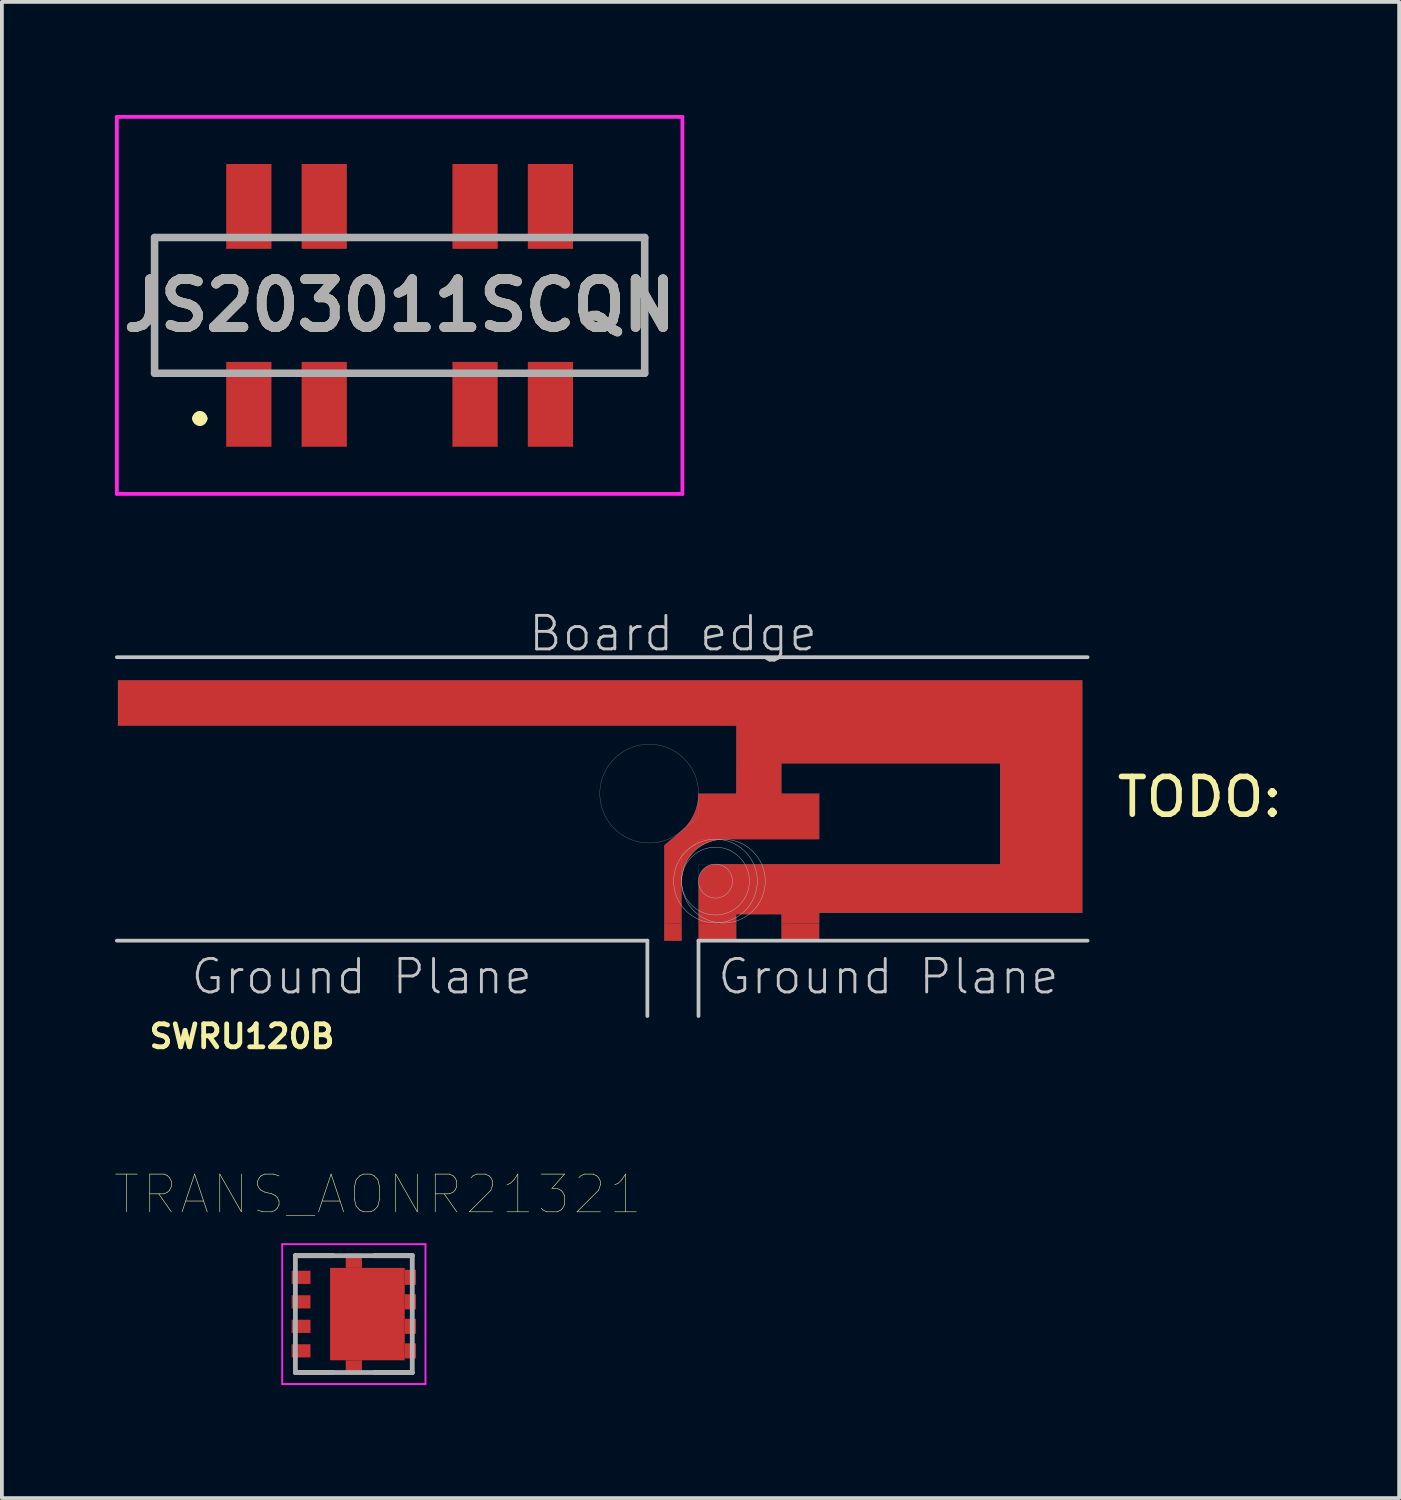
<source format=kicad_pcb>
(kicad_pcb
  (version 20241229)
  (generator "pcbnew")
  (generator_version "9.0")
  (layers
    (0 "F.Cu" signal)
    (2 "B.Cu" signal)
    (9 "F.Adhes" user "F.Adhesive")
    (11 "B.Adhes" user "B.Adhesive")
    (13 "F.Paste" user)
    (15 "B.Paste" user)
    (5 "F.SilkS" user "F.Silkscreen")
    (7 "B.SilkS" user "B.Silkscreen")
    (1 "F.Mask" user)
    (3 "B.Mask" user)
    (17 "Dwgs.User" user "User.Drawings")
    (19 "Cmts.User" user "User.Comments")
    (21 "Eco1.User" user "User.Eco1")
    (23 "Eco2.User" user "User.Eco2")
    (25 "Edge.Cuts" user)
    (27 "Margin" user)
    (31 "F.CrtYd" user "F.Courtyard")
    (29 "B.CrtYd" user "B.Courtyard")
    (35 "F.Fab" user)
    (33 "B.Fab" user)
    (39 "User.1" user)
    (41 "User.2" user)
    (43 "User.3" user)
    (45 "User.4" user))
  (footprint "SWRU120B"
    (layer "F.Cu")
    (at 11.05 21.9)
    (property "Reference" "SWRU120B" (at -7.681 2.54 0) (layer "F.SilkS") (effects (font (size 0.61 0.61) (thickness 0.127))))
    (attr smd)
    (fp_poly (pts (xy -10.97 -5.7) (xy 5.431 -5.7) (xy 5.428 -3.899) (xy 4.427 -3.899) (xy 4.422 -3.767) (xy 4.407 -3.66) (xy 4.387 -3.57) (xy 4.354 -3.462) (xy 4.315 -3.368) (xy 4.239 -3.22) (xy 4.179 -3.13) (xy 4.099 -3.03) (xy 3.999 -2.93) (xy 3.879 -2.83) (xy 3.52 -2.53) (xy 3.52 -0.452) (xy 3.978 -0.455) (xy 3.978 -1.58) (xy 3.999 -1.8) (xy 4.039 -1.94) (xy 4.079 -2.04) (xy 4.119 -2.12) (xy 4.169 -2.2) (xy 4.269 -2.33) (xy 4.329 -2.39) (xy 4.429 -2.47) (xy 4.589 -2.57) (xy 4.739 -2.63) (xy 4.839 -2.66) (xy 4.959 -2.68) (xy 5.069 -2.69) (xy 5.098 -2.69) (xy 7.628 -2.69) (xy 7.628 -3.899) (xy 6.627 -3.899) (xy 6.627 -4.699) (xy 12.428 -4.699) (xy 12.428 -2.029) (xy 4.877 -2.029) (xy 4.779 -2.02) (xy 4.669 -1.98) (xy 4.609 -1.94) (xy 4.549 -1.89) (xy 4.509 -1.84) (xy 4.469 -1.77) (xy 4.439 -1.68) (xy 4.427 -1.58) (xy 4.427 -0.453) (xy 5.428 -0.451) (xy 5.428 -0.699) (xy 6.627 -0.699) (xy 6.627 -0.453) (xy 7.628 -0.456) (xy 7.628 -0.739) (xy 14.608 -0.739) (xy 14.608 -6.909) (xy -10.97 -6.909)) (stroke (width 0) (type solid)) (fill yes) (layer "F.Cu"))
    (fp_line (start -10.97 -6.909) (end -10.97 -5.7) (stroke (width 0.003) (type solid)) (layer "Dwgs.User"))
    (fp_line (start -10.97 -5.7) (end 5.428 -5.7) (stroke (width 0.003) (type solid)) (layer "Dwgs.User"))
    (fp_line (start 3.071 0) (end -11.001 0) (stroke (width 0.099) (type solid)) (layer "Dwgs.User"))
    (fp_line (start 3.071 0) (end 3.071 1.999) (stroke (width 0.099) (type solid)) (layer "Dwgs.User"))
    (fp_line (start 3.52 -2.53) (end 3.52 0) (stroke (width 0.003) (type solid)) (layer "Dwgs.User"))
    (fp_line (start 3.52 0) (end 3.978 0) (stroke (width 0.003) (type solid)) (layer "Dwgs.User"))
    (fp_line (start 3.978 -2.278) (end 4.478 -2.69) (stroke (width 0.003) (type solid)) (layer "Dwgs.User"))
    (fp_line (start 3.978 0) (end 3.978 -2.278) (stroke (width 0.003) (type solid)) (layer "Dwgs.User"))
    (fp_line (start 4.427 -3.899) (end 4.427 -3.289) (stroke (width 0.003) (type solid)) (layer "Dwgs.User"))
    (fp_line (start 4.427 -3.289) (end 3.52 -2.53) (stroke (width 0.003) (type solid)) (layer "Dwgs.User"))
    (fp_line (start 4.427 -2.029) (end 4.427 0) (stroke (width 0.003) (type solid)) (layer "Dwgs.User"))
    (fp_line (start 4.427 0) (end 5.428 0) (stroke (width 0.003) (type solid)) (layer "Dwgs.User"))
    (fp_line (start 4.427 0) (end 14.747 0) (stroke (width 0.099) (type solid)) (layer "Dwgs.User"))
    (fp_line (start 4.427 1.999) (end 4.427 0) (stroke (width 0.099) (type solid)) (layer "Dwgs.User"))
    (fp_line (start 4.478 -2.69) (end 7.628 -2.69) (stroke (width 0.003) (type solid)) (layer "Dwgs.User"))
    (fp_line (start 5.428 -5.7) (end 5.428 -3.899) (stroke (width 0.003) (type solid)) (layer "Dwgs.User"))
    (fp_line (start 5.428 -3.899) (end 4.427 -3.899) (stroke (width 0.003) (type solid)) (layer "Dwgs.User"))
    (fp_line (start 5.428 -0.699) (end 6.627 -0.699) (stroke (width 0.003) (type solid)) (layer "Dwgs.User"))
    (fp_line (start 5.428 0) (end 5.428 -0.699) (stroke (width 0.003) (type solid)) (layer "Dwgs.User"))
    (fp_line (start 6.627 -4.699) (end 12.428 -4.699) (stroke (width 0.003) (type solid)) (layer "Dwgs.User"))
    (fp_line (start 6.627 -3.899) (end 6.627 -4.699) (stroke (width 0.003) (type solid)) (layer "Dwgs.User"))
    (fp_line (start 6.627 -0.699) (end 6.627 0) (stroke (width 0.003) (type solid)) (layer "Dwgs.User"))
    (fp_line (start 6.627 0) (end 7.628 0) (stroke (width 0.003) (type solid)) (layer "Dwgs.User"))
    (fp_line (start 7.628 -3.899) (end 6.627 -3.899) (stroke (width 0.003) (type solid)) (layer "Dwgs.User"))
    (fp_line (start 7.628 -2.69) (end 7.628 -3.899) (stroke (width 0.003) (type solid)) (layer "Dwgs.User"))
    (fp_line (start 7.628 -0.739) (end 14.608 -0.739) (stroke (width 0.003) (type solid)) (layer "Dwgs.User"))
    (fp_line (start 7.628 0) (end 7.628 -0.739) (stroke (width 0.003) (type solid)) (layer "Dwgs.User"))
    (fp_line (start 12.428 -4.699) (end 12.428 -2.029) (stroke (width 0.003) (type solid)) (layer "Dwgs.User"))
    (fp_line (start 12.428 -2.029) (end 4.427 -2.029) (stroke (width 0.003) (type solid)) (layer "Dwgs.User"))
    (fp_line (start 14.608 -6.909) (end -10.97 -6.909) (stroke (width 0.003) (type solid)) (layer "Dwgs.User"))
    (fp_line (start 14.608 -0.739) (end 14.608 -6.909) (stroke (width 0.003) (type solid)) (layer "Dwgs.User"))
    (fp_line (start 14.747 -7.518) (end -11.001 -7.518) (stroke (width 0.099) (type solid)) (layer "Dwgs.User"))
    (fp_circle (center 3.119 -3.9) (end 1.809 -3.9) (stroke (width 0.005) (type solid)) (fill no) (layer "Dwgs.User"))
    (fp_circle (center 4.877 -1.58) (end 3.767 -1.58) (stroke (width 0.01) (type solid)) (fill no) (layer "Dwgs.User"))
    (fp_circle (center 4.877 -1.58) (end 3.978 -1.58) (stroke (width 0.01) (type solid)) (fill no) (layer "Dwgs.User"))
    (fp_circle (center 4.877 -1.58) (end 4.427 -1.58) (stroke (width 0.01) (type solid)) (fill no) (layer "Dwgs.User"))
    (fp_circle (center 5.088 -1.577) (end 3.978 -1.577) (stroke (width 0.01) (type solid)) (fill no) (layer "Dwgs.User"))
    (fp_text user "TODO:" (at 17.719 -3.81 0) (layer "F.SilkS") (effects (font (size 1 1) (thickness 0.15))))
    (fp_text user "Ground Plane" (at -4.506 0.953 0) (layer "Dwgs.User") (effects (font (size 0.889 0.889) (thickness 0.076))))
    (fp_text user "Ground Plane" (at 9.464 0.953 0) (layer "Dwgs.User") (effects (font (size 0.889 0.889) (thickness 0.076))))
    (fp_text user "Board edge" (at 3.752 -8.146 0) (layer "Dwgs.User") (effects (font (size 0.889 0.889) (thickness 0.076))))
    (pad "1" smd rect (at 3.749 -0.229) (size 0.46 0.46) (layers "F.Cu" "F.Paste"))
    (pad "2" smd rect (at 4.928 -0.229) (size 0.998 0.46) (layers "F.Cu" "F.Paste"))
    (pad "2" smd rect (at 7.127 -0.229) (size 0.998 0.46) (layers "F.Cu" "F.Paste")))
  (footprint "JS203011SCQN"
    (layer "F.Cu")
    (at 7.55 5.05)
    (property "Reference" "JS203011SCQN" (at 0 0 0) (layer "F.SilkS") (effects (font (size 1.27 1.27) (thickness 0.254))))
    (attr smd)
    (fp_line (start -6.5 -1.8) (end -4.9 -1.8) (stroke (width 0.15) (type solid)) (layer "F.SilkS"))
    (fp_line (start -6.5 1.8) (end -6.5 -1.8) (stroke (width 0.15) (type solid)) (layer "F.SilkS"))
    (fp_line (start -5.4 3) (end -5.4 3) (stroke (width 0.2) (type solid)) (layer "F.SilkS"))
    (fp_line (start -5.2 3) (end -5.2 3) (stroke (width 0.2) (type solid)) (layer "F.SilkS"))
    (fp_line (start -4.9 1.8) (end -6.5 1.8) (stroke (width 0.15) (type solid)) (layer "F.SilkS"))
    (fp_line (start -1.1 -1.8) (end 1.1 -1.8) (stroke (width 0.15) (type solid)) (layer "F.SilkS"))
    (fp_line (start -1.1 1.8) (end 1.2 1.8) (stroke (width 0.15) (type solid)) (layer "F.SilkS"))
    (fp_line (start 4.9 -1.8) (end 6.5 -1.8) (stroke (width 0.15) (type solid)) (layer "F.SilkS"))
    (fp_line (start 6.5 -1.8) (end 6.5 1.8) (stroke (width 0.15) (type solid)) (layer "F.SilkS"))
    (fp_line (start 6.5 1.8) (end 4.9 1.8) (stroke (width 0.15) (type solid)) (layer "F.SilkS"))
    (fp_arc (start -5.4 3) (mid -5.3 2.9) (end -5.2 3) (stroke (width 0.2) (type solid)) (layer "F.SilkS"))
    (fp_arc (start -5.2 3) (mid -5.3 3.1) (end -5.4 3) (stroke (width 0.2) (type solid)) (layer "F.SilkS"))
    (fp_line (start -7.5 -5) (end 7.5 -5) (stroke (width 0.1) (type solid)) (layer "F.CrtYd"))
    (fp_line (start -7.5 5) (end -7.5 -5) (stroke (width 0.1) (type solid)) (layer "F.CrtYd"))
    (fp_line (start 7.5 -5) (end 7.5 5) (stroke (width 0.1) (type solid)) (layer "F.CrtYd"))
    (fp_line (start 7.5 5) (end -7.5 5) (stroke (width 0.1) (type solid)) (layer "F.CrtYd"))
    (fp_line (start -6.5 -1.8) (end 6.5 -1.8) (stroke (width 0.2) (type solid)) (layer "F.Fab"))
    (fp_line (start -6.5 1.8) (end -6.5 -1.8) (stroke (width 0.2) (type solid)) (layer "F.Fab"))
    (fp_line (start 6.5 -1.8) (end 6.5 1.8) (stroke (width 0.2) (type solid)) (layer "F.Fab"))
    (fp_line (start 6.5 1.8) (end -6.5 1.8) (stroke (width 0.2) (type solid)) (layer "F.Fab"))
    (fp_text user "${REFERENCE}" (at 0 0 0) (layer "F.Fab") (effects (font (size 1.27 1.27) (thickness 0.254))))
    (pad "1" smd rect (at -4 -2.625) (size 1.2 2.25) (layers "F.Cu" "F.Mask" "F.Paste"))
    (pad "2" smd rect (at -4 2.625) (size 1.2 2.25) (layers "F.Cu" "F.Mask" "F.Paste"))
    (pad "3" smd rect (at -2 -2.625) (size 1.2 2.25) (layers "F.Cu" "F.Mask" "F.Paste"))
    (pad "4" smd rect (at -2 2.625) (size 1.2 2.25) (layers "F.Cu" "F.Mask" "F.Paste"))
    (pad "5" smd rect (at 2 -2.625) (size 1.2 2.25) (layers "F.Cu" "F.Mask" "F.Paste"))
    (pad "6" smd rect (at 2 2.625) (size 1.2 2.25) (layers "F.Cu" "F.Mask" "F.Paste"))
    (pad "7" smd rect (at 4 -2.625) (size 1.2 2.25) (layers "F.Cu" "F.Mask" "F.Paste"))
    (pad "8" smd rect (at 4 2.625) (size 1.2 2.25) (layers "F.Cu" "F.Mask" "F.Paste")))
  (footprint "TRANS_AONR21321"
    (layer "F.Cu")
    (at 6.335 31.805)
    (property "Reference" "TRANS_AONR21321" (at 0.635 -3.175 0) (layer "F.SilkS") (effects (font (size 1 1) (thickness 0.015))))
    (fp_line (start -0.55 -1.55) (end -1.55 -1.55) (stroke (width 0.127) (type solid)) (layer "F.SilkS"))
    (fp_line (start -0.55 1.55) (end -1.55 1.55) (stroke (width 0.127) (type solid)) (layer "F.SilkS"))
    (fp_line (start 0.55 -1.55) (end 1.55 -1.55) (stroke (width 0.127) (type solid)) (layer "F.SilkS"))
    (fp_line (start 0.55 1.55) (end 1.55 1.55) (stroke (width 0.127) (type solid)) (layer "F.SilkS"))
    (fp_poly (pts (xy -0.462 -0.664) (xy 1.182 -0.664) (xy 1.182 0.664) (xy -0.462 0.664)) (stroke (width 0.01) (type solid)) (fill yes) (layer "F.Paste"))
    (fp_line (start -1.9 -1.855) (end 1.9 -1.855) (stroke (width 0.05) (type solid)) (layer "F.CrtYd"))
    (fp_line (start -1.9 1.855) (end -1.9 -1.855) (stroke (width 0.05) (type solid)) (layer "F.CrtYd"))
    (fp_line (start 1.9 -1.855) (end 1.9 1.855) (stroke (width 0.05) (type solid)) (layer "F.CrtYd"))
    (fp_line (start 1.9 1.855) (end -1.9 1.855) (stroke (width 0.05) (type solid)) (layer "F.CrtYd"))
    (fp_line (start -1.55 -1.55) (end 1.55 -1.55) (stroke (width 0.127) (type solid)) (layer "F.Fab"))
    (fp_line (start -1.55 1.55) (end -1.55 -1.55) (stroke (width 0.127) (type solid)) (layer "F.Fab"))
    (fp_line (start 1.55 -1.55) (end 1.55 1.55) (stroke (width 0.127) (type solid)) (layer "F.Fab"))
    (fp_line (start 1.55 1.55) (end -1.55 1.55) (stroke (width 0.127) (type solid)) (layer "F.Fab"))
    (pad "1" smd rect (at -1.4 0.975) (size 0.5 0.35) (layers "F.Cu" "F.Mask" "F.Paste"))
    (pad "2" smd rect (at 0 -1.415) (size 0.43 0.38) (layers "F.Cu" "F.Mask" "F.Paste"))
    (pad "2" smd rect (at 0 1.415) (size 0.43 0.38) (layers "F.Cu" "F.Mask" "F.Paste"))
    (pad "2" smd rect (at 0.36 0) (size 1.98 2.45) (layers "F.Cu" "F.Mask"))
    (pad "2" smd rect (at 1.5 -0.975) (size 0.3 0.4) (layers "F.Cu" "F.Mask" "F.Paste"))
    (pad "2" smd rect (at 1.5 -0.325) (size 0.3 0.4) (layers "F.Cu" "F.Mask" "F.Paste"))
    (pad "2" smd rect (at 1.5 0.325) (size 0.3 0.4) (layers "F.Cu" "F.Mask" "F.Paste"))
    (pad "2" smd rect (at 1.5 0.975) (size 0.3 0.4) (layers "F.Cu" "F.Mask" "F.Paste"))
    (pad "3" smd rect (at -1.4 -0.975) (size 0.5 0.35) (layers "F.Cu" "F.Mask" "F.Paste"))
    (pad "3" smd rect (at -1.4 -0.325) (size 0.5 0.35) (layers "F.Cu" "F.Mask" "F.Paste"))
    (pad "3" smd rect (at -1.4 0.325) (size 0.5 0.35) (layers "F.Cu" "F.Mask" "F.Paste")))
  (gr_rect
    (start -3 -3)
    (end 34.061 36.685)
    (stroke (width 0.1) (type default))
    (fill no)
    (layer "Edge.Cuts")))
</source>
